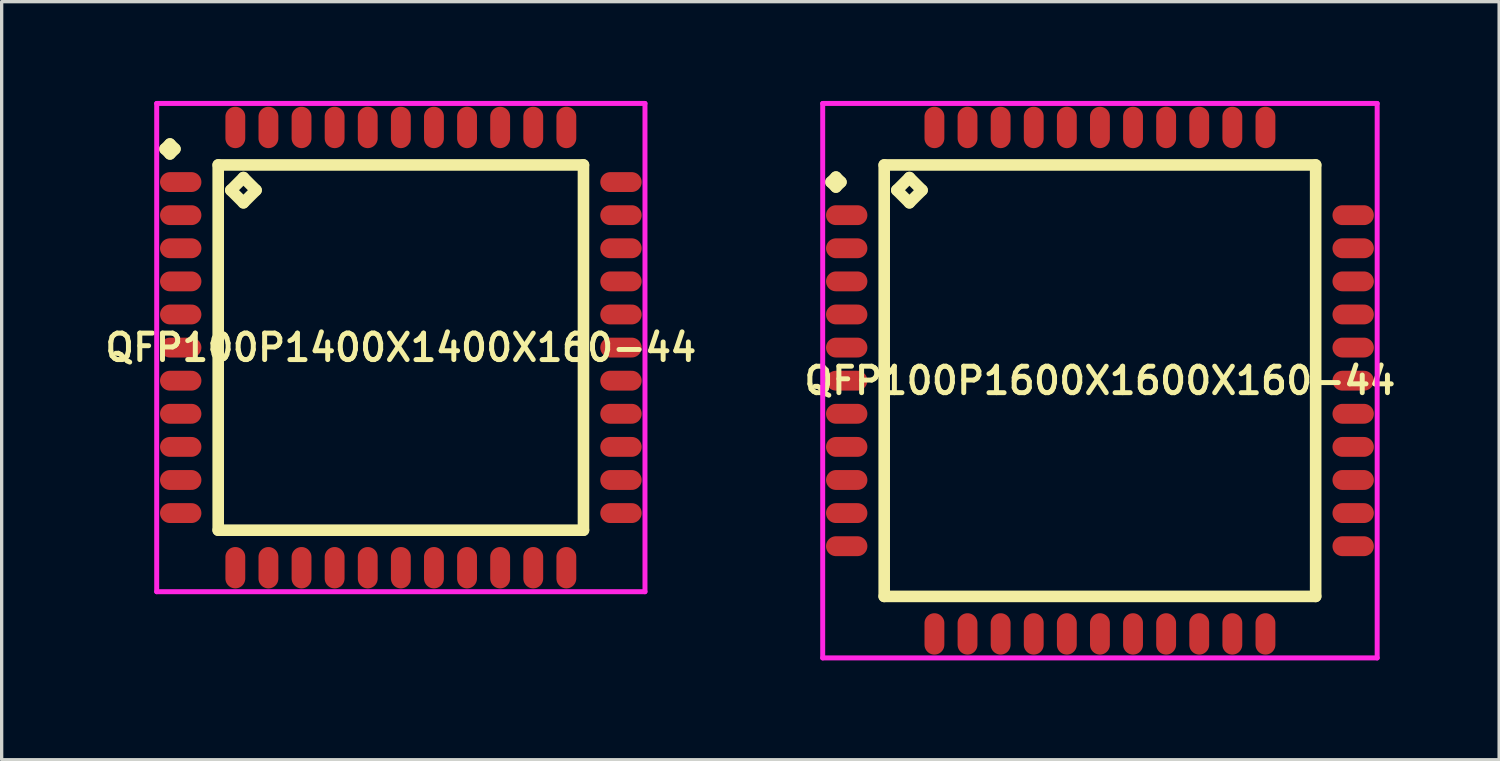
<source format=kicad_pcb>
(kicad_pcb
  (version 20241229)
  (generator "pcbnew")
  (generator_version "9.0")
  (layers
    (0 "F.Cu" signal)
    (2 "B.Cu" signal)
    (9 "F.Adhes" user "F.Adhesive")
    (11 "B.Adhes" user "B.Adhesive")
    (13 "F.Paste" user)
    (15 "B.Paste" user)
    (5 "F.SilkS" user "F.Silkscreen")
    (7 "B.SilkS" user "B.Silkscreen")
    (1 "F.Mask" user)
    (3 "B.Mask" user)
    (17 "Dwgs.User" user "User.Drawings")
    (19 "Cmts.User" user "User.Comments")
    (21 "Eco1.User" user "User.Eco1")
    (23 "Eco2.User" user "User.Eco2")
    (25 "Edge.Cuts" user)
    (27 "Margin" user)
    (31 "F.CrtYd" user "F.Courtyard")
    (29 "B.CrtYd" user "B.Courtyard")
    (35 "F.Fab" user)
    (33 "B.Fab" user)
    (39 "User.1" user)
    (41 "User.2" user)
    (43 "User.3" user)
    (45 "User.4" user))
  (footprint "QFP100P1600X1600X160-44"
    (layer "F.Cu")
    (at 30.178 8.45)
    (property "Reference" "QFP100P1600X1600X160-44" (at 0 0 0) (layer "F.SilkS") (effects (font (size 0.8 0.8) (thickness 0.15))))
    (attr smd)
    (fp_line (start -8.125 -6) (end -7.975 -6.15) (stroke (width 0.35) (type solid)) (layer "F.SilkS"))
    (fp_line (start -7.975 -6.15) (end -7.825 -6) (stroke (width 0.35) (type solid)) (layer "F.SilkS"))
    (fp_line (start -7.975 -5.85) (end -8.125 -6) (stroke (width 0.35) (type solid)) (layer "F.SilkS"))
    (fp_line (start -7.825 -6) (end -7.975 -5.85) (stroke (width 0.35) (type solid)) (layer "F.SilkS"))
    (fp_line (start -6.517 -6.517) (end -6.517 6.517) (stroke (width 0.35) (type solid)) (layer "F.SilkS"))
    (fp_line (start -6.517 6.517) (end 6.517 6.517) (stroke (width 0.35) (type solid)) (layer "F.SilkS"))
    (fp_line (start -6.136 -5.755) (end -5.755 -6.136) (stroke (width 0.35) (type solid)) (layer "F.SilkS"))
    (fp_line (start -5.755 -6.136) (end -5.374 -5.755) (stroke (width 0.35) (type solid)) (layer "F.SilkS"))
    (fp_line (start -5.755 -5.374) (end -6.136 -5.755) (stroke (width 0.35) (type solid)) (layer "F.SilkS"))
    (fp_line (start -5.374 -5.755) (end -5.755 -5.374) (stroke (width 0.35) (type solid)) (layer "F.SilkS"))
    (fp_line (start 6.517 -6.517) (end -6.517 -6.517) (stroke (width 0.35) (type solid)) (layer "F.SilkS"))
    (fp_line (start 6.517 6.517) (end 6.517 -6.517) (stroke (width 0.35) (type solid)) (layer "F.SilkS"))
    (fp_line (start -8.375 -8.375) (end 8.375 -8.375) (stroke (width 0.15) (type solid)) (layer "F.CrtYd"))
    (fp_line (start -8.375 8.375) (end -8.375 -8.375) (stroke (width 0.15) (type solid)) (layer "F.CrtYd"))
    (fp_line (start 8.375 -8.375) (end 8.375 8.375) (stroke (width 0.15) (type solid)) (layer "F.CrtYd"))
    (fp_line (start 8.375 8.375) (end -8.375 8.375) (stroke (width 0.15) (type solid)) (layer "F.CrtYd"))
    (pad "1" smd oval (at -7.65 -5) (size 1.25 0.6) (layers "F.Cu" "F.Mask" "F.Paste"))
    (pad "2" smd oval (at -7.65 -4) (size 1.25 0.6) (layers "F.Cu" "F.Mask" "F.Paste"))
    (pad "3" smd oval (at -7.65 -3) (size 1.25 0.6) (layers "F.Cu" "F.Mask" "F.Paste"))
    (pad "4" smd oval (at -7.65 -2) (size 1.25 0.6) (layers "F.Cu" "F.Mask" "F.Paste"))
    (pad "5" smd oval (at -7.65 -1) (size 1.25 0.6) (layers "F.Cu" "F.Mask" "F.Paste"))
    (pad "6" smd oval (at -7.65 0) (size 1.25 0.6) (layers "F.Cu" "F.Mask" "F.Paste"))
    (pad "7" smd oval (at -7.65 1) (size 1.25 0.6) (layers "F.Cu" "F.Mask" "F.Paste"))
    (pad "8" smd oval (at -7.65 2) (size 1.25 0.6) (layers "F.Cu" "F.Mask" "F.Paste"))
    (pad "9" smd oval (at -7.65 3) (size 1.25 0.6) (layers "F.Cu" "F.Mask" "F.Paste"))
    (pad "10" smd oval (at -7.65 4) (size 1.25 0.6) (layers "F.Cu" "F.Mask" "F.Paste"))
    (pad "11" smd oval (at -7.65 5) (size 1.25 0.6) (layers "F.Cu" "F.Mask" "F.Paste"))
    (pad "12" smd oval (at -5 7.65) (size 0.6 1.25) (layers "F.Cu" "F.Mask" "F.Paste"))
    (pad "13" smd oval (at -4 7.65) (size 0.6 1.25) (layers "F.Cu" "F.Mask" "F.Paste"))
    (pad "14" smd oval (at -3 7.65) (size 0.6 1.25) (layers "F.Cu" "F.Mask" "F.Paste"))
    (pad "15" smd oval (at -2 7.65) (size 0.6 1.25) (layers "F.Cu" "F.Mask" "F.Paste"))
    (pad "16" smd oval (at -1 7.65) (size 0.6 1.25) (layers "F.Cu" "F.Mask" "F.Paste"))
    (pad "17" smd oval (at 0 7.65) (size 0.6 1.25) (layers "F.Cu" "F.Mask" "F.Paste"))
    (pad "18" smd oval (at 1 7.65) (size 0.6 1.25) (layers "F.Cu" "F.Mask" "F.Paste"))
    (pad "19" smd oval (at 2 7.65) (size 0.6 1.25) (layers "F.Cu" "F.Mask" "F.Paste"))
    (pad "20" smd oval (at 3 7.65) (size 0.6 1.25) (layers "F.Cu" "F.Mask" "F.Paste"))
    (pad "21" smd oval (at 4 7.65) (size 0.6 1.25) (layers "F.Cu" "F.Mask" "F.Paste"))
    (pad "22" smd oval (at 5 7.65) (size 0.6 1.25) (layers "F.Cu" "F.Mask" "F.Paste"))
    (pad "23" smd oval (at 7.65 5) (size 1.25 0.6) (layers "F.Cu" "F.Mask" "F.Paste"))
    (pad "24" smd oval (at 7.65 4) (size 1.25 0.6) (layers "F.Cu" "F.Mask" "F.Paste"))
    (pad "25" smd oval (at 7.65 3) (size 1.25 0.6) (layers "F.Cu" "F.Mask" "F.Paste"))
    (pad "26" smd oval (at 7.65 2) (size 1.25 0.6) (layers "F.Cu" "F.Mask" "F.Paste"))
    (pad "27" smd oval (at 7.65 1) (size 1.25 0.6) (layers "F.Cu" "F.Mask" "F.Paste"))
    (pad "28" smd oval (at 7.65 0) (size 1.25 0.6) (layers "F.Cu" "F.Mask" "F.Paste"))
    (pad "29" smd oval (at 7.65 -1) (size 1.25 0.6) (layers "F.Cu" "F.Mask" "F.Paste"))
    (pad "30" smd oval (at 7.65 -2) (size 1.25 0.6) (layers "F.Cu" "F.Mask" "F.Paste"))
    (pad "31" smd oval (at 7.65 -3) (size 1.25 0.6) (layers "F.Cu" "F.Mask" "F.Paste"))
    (pad "32" smd oval (at 7.65 -4) (size 1.25 0.6) (layers "F.Cu" "F.Mask" "F.Paste"))
    (pad "33" smd oval (at 7.65 -5) (size 1.25 0.6) (layers "F.Cu" "F.Mask" "F.Paste"))
    (pad "34" smd oval (at 5 -7.65) (size 0.6 1.25) (layers "F.Cu" "F.Mask" "F.Paste"))
    (pad "35" smd oval (at 4 -7.65) (size 0.6 1.25) (layers "F.Cu" "F.Mask" "F.Paste"))
    (pad "36" smd oval (at 3 -7.65) (size 0.6 1.25) (layers "F.Cu" "F.Mask" "F.Paste"))
    (pad "37" smd oval (at 2 -7.65) (size 0.6 1.25) (layers "F.Cu" "F.Mask" "F.Paste"))
    (pad "38" smd oval (at 1 -7.65) (size 0.6 1.25) (layers "F.Cu" "F.Mask" "F.Paste"))
    (pad "39" smd oval (at 0 -7.65) (size 0.6 1.25) (layers "F.Cu" "F.Mask" "F.Paste"))
    (pad "40" smd oval (at -1 -7.65) (size 0.6 1.25) (layers "F.Cu" "F.Mask" "F.Paste"))
    (pad "41" smd oval (at -2 -7.65) (size 0.6 1.25) (layers "F.Cu" "F.Mask" "F.Paste"))
    (pad "42" smd oval (at -3 -7.65) (size 0.6 1.25) (layers "F.Cu" "F.Mask" "F.Paste"))
    (pad "43" smd oval (at -4 -7.65) (size 0.6 1.25) (layers "F.Cu" "F.Mask" "F.Paste"))
    (pad "44" smd oval (at -5 -7.65) (size 0.6 1.25) (layers "F.Cu" "F.Mask" "F.Paste")))
  (footprint "QFP100P1400X1400X160-44"
    (layer "F.Cu")
    (at 9.059 7.45)
    (property "Reference" "QFP100P1400X1400X160-44" (at 0 0 0) (layer "F.SilkS") (effects (font (size 0.8 0.8) (thickness 0.15))))
    (attr smd)
    (fp_line (start -7.125 -6) (end -6.975 -6.15) (stroke (width 0.35) (type solid)) (layer "F.SilkS"))
    (fp_line (start -6.975 -6.15) (end -6.825 -6) (stroke (width 0.35) (type solid)) (layer "F.SilkS"))
    (fp_line (start -6.975 -5.85) (end -7.125 -6) (stroke (width 0.35) (type solid)) (layer "F.SilkS"))
    (fp_line (start -6.825 -6) (end -6.975 -5.85) (stroke (width 0.35) (type solid)) (layer "F.SilkS"))
    (fp_line (start -5.517 -5.517) (end -5.517 5.517) (stroke (width 0.35) (type solid)) (layer "F.SilkS"))
    (fp_line (start -5.517 5.517) (end 5.517 5.517) (stroke (width 0.35) (type solid)) (layer "F.SilkS"))
    (fp_line (start -5.136 -4.755) (end -4.755 -5.136) (stroke (width 0.35) (type solid)) (layer "F.SilkS"))
    (fp_line (start -4.755 -5.136) (end -4.374 -4.755) (stroke (width 0.35) (type solid)) (layer "F.SilkS"))
    (fp_line (start -4.755 -4.374) (end -5.136 -4.755) (stroke (width 0.35) (type solid)) (layer "F.SilkS"))
    (fp_line (start -4.374 -4.755) (end -4.755 -4.374) (stroke (width 0.35) (type solid)) (layer "F.SilkS"))
    (fp_line (start 5.517 -5.517) (end -5.517 -5.517) (stroke (width 0.35) (type solid)) (layer "F.SilkS"))
    (fp_line (start 5.517 5.517) (end 5.517 -5.517) (stroke (width 0.35) (type solid)) (layer "F.SilkS"))
    (fp_line (start -7.375 -7.375) (end 7.375 -7.375) (stroke (width 0.15) (type solid)) (layer "F.CrtYd"))
    (fp_line (start -7.375 7.375) (end -7.375 -7.375) (stroke (width 0.15) (type solid)) (layer "F.CrtYd"))
    (fp_line (start 7.375 -7.375) (end 7.375 7.375) (stroke (width 0.15) (type solid)) (layer "F.CrtYd"))
    (fp_line (start 7.375 7.375) (end -7.375 7.375) (stroke (width 0.15) (type solid)) (layer "F.CrtYd"))
    (pad "1" smd oval (at -6.65 -5) (size 1.25 0.6) (layers "F.Cu" "F.Mask" "F.Paste"))
    (pad "2" smd oval (at -6.65 -4) (size 1.25 0.6) (layers "F.Cu" "F.Mask" "F.Paste"))
    (pad "3" smd oval (at -6.65 -3) (size 1.25 0.6) (layers "F.Cu" "F.Mask" "F.Paste"))
    (pad "4" smd oval (at -6.65 -2) (size 1.25 0.6) (layers "F.Cu" "F.Mask" "F.Paste"))
    (pad "5" smd oval (at -6.65 -1) (size 1.25 0.6) (layers "F.Cu" "F.Mask" "F.Paste"))
    (pad "6" smd oval (at -6.65 0) (size 1.25 0.6) (layers "F.Cu" "F.Mask" "F.Paste"))
    (pad "7" smd oval (at -6.65 1) (size 1.25 0.6) (layers "F.Cu" "F.Mask" "F.Paste"))
    (pad "8" smd oval (at -6.65 2) (size 1.25 0.6) (layers "F.Cu" "F.Mask" "F.Paste"))
    (pad "9" smd oval (at -6.65 3) (size 1.25 0.6) (layers "F.Cu" "F.Mask" "F.Paste"))
    (pad "10" smd oval (at -6.65 4) (size 1.25 0.6) (layers "F.Cu" "F.Mask" "F.Paste"))
    (pad "11" smd oval (at -6.65 5) (size 1.25 0.6) (layers "F.Cu" "F.Mask" "F.Paste"))
    (pad "12" smd oval (at -5 6.65) (size 0.6 1.25) (layers "F.Cu" "F.Mask" "F.Paste"))
    (pad "13" smd oval (at -4 6.65) (size 0.6 1.25) (layers "F.Cu" "F.Mask" "F.Paste"))
    (pad "14" smd oval (at -3 6.65) (size 0.6 1.25) (layers "F.Cu" "F.Mask" "F.Paste"))
    (pad "15" smd oval (at -2 6.65) (size 0.6 1.25) (layers "F.Cu" "F.Mask" "F.Paste"))
    (pad "16" smd oval (at -1 6.65) (size 0.6 1.25) (layers "F.Cu" "F.Mask" "F.Paste"))
    (pad "17" smd oval (at 0 6.65) (size 0.6 1.25) (layers "F.Cu" "F.Mask" "F.Paste"))
    (pad "18" smd oval (at 1 6.65) (size 0.6 1.25) (layers "F.Cu" "F.Mask" "F.Paste"))
    (pad "19" smd oval (at 2 6.65) (size 0.6 1.25) (layers "F.Cu" "F.Mask" "F.Paste"))
    (pad "20" smd oval (at 3 6.65) (size 0.6 1.25) (layers "F.Cu" "F.Mask" "F.Paste"))
    (pad "21" smd oval (at 4 6.65) (size 0.6 1.25) (layers "F.Cu" "F.Mask" "F.Paste"))
    (pad "22" smd oval (at 5 6.65) (size 0.6 1.25) (layers "F.Cu" "F.Mask" "F.Paste"))
    (pad "23" smd oval (at 6.65 5) (size 1.25 0.6) (layers "F.Cu" "F.Mask" "F.Paste"))
    (pad "24" smd oval (at 6.65 4) (size 1.25 0.6) (layers "F.Cu" "F.Mask" "F.Paste"))
    (pad "25" smd oval (at 6.65 3) (size 1.25 0.6) (layers "F.Cu" "F.Mask" "F.Paste"))
    (pad "26" smd oval (at 6.65 2) (size 1.25 0.6) (layers "F.Cu" "F.Mask" "F.Paste"))
    (pad "27" smd oval (at 6.65 1) (size 1.25 0.6) (layers "F.Cu" "F.Mask" "F.Paste"))
    (pad "28" smd oval (at 6.65 0) (size 1.25 0.6) (layers "F.Cu" "F.Mask" "F.Paste"))
    (pad "29" smd oval (at 6.65 -1) (size 1.25 0.6) (layers "F.Cu" "F.Mask" "F.Paste"))
    (pad "30" smd oval (at 6.65 -2) (size 1.25 0.6) (layers "F.Cu" "F.Mask" "F.Paste"))
    (pad "31" smd oval (at 6.65 -3) (size 1.25 0.6) (layers "F.Cu" "F.Mask" "F.Paste"))
    (pad "32" smd oval (at 6.65 -4) (size 1.25 0.6) (layers "F.Cu" "F.Mask" "F.Paste"))
    (pad "33" smd oval (at 6.65 -5) (size 1.25 0.6) (layers "F.Cu" "F.Mask" "F.Paste"))
    (pad "34" smd oval (at 5 -6.65) (size 0.6 1.25) (layers "F.Cu" "F.Mask" "F.Paste"))
    (pad "35" smd oval (at 4 -6.65) (size 0.6 1.25) (layers "F.Cu" "F.Mask" "F.Paste"))
    (pad "36" smd oval (at 3 -6.65) (size 0.6 1.25) (layers "F.Cu" "F.Mask" "F.Paste"))
    (pad "37" smd oval (at 2 -6.65) (size 0.6 1.25) (layers "F.Cu" "F.Mask" "F.Paste"))
    (pad "38" smd oval (at 1 -6.65) (size 0.6 1.25) (layers "F.Cu" "F.Mask" "F.Paste"))
    (pad "39" smd oval (at 0 -6.65) (size 0.6 1.25) (layers "F.Cu" "F.Mask" "F.Paste"))
    (pad "40" smd oval (at -1 -6.65) (size 0.6 1.25) (layers "F.Cu" "F.Mask" "F.Paste"))
    (pad "41" smd oval (at -2 -6.65) (size 0.6 1.25) (layers "F.Cu" "F.Mask" "F.Paste"))
    (pad "42" smd oval (at -3 -6.65) (size 0.6 1.25) (layers "F.Cu" "F.Mask" "F.Paste"))
    (pad "43" smd oval (at -4 -6.65) (size 0.6 1.25) (layers "F.Cu" "F.Mask" "F.Paste"))
    (pad "44" smd oval (at -5 -6.65) (size 0.6 1.25) (layers "F.Cu" "F.Mask" "F.Paste")))
  (gr_rect
    (start -3 -3)
    (end 42.237 19.9)
    (stroke (width 0.1) (type default))
    (fill no)
    (layer "Edge.Cuts")))
</source>
